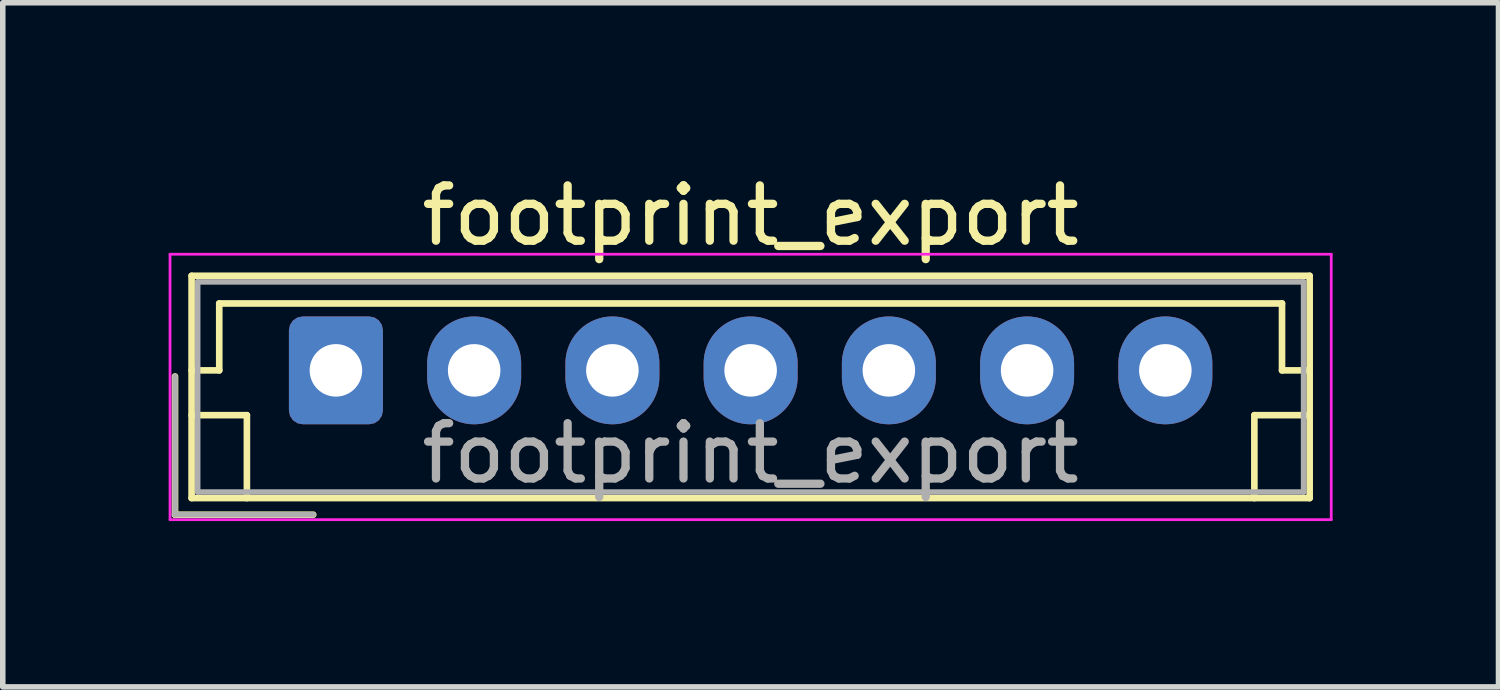
<source format=kicad_pcb>
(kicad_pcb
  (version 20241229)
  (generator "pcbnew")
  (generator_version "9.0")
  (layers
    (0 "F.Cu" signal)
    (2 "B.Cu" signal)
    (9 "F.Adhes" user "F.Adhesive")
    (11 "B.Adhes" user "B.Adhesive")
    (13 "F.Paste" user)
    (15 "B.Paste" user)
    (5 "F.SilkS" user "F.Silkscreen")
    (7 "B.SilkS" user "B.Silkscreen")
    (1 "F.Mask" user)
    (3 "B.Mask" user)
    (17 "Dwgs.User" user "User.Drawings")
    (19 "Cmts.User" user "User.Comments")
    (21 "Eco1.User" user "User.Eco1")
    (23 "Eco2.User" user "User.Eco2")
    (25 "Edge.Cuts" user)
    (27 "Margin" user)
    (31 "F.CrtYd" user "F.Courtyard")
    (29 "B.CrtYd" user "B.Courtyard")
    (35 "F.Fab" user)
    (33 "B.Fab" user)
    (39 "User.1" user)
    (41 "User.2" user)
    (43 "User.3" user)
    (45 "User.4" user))
  (footprint "footprint_export"
    (layer "F.Cu")
    (at 3.025 3.648)
    (property "Reference" "footprint_export" (at 7.5 -2.8 0) (layer "F.SilkS") (effects (font (size 1 1) (thickness 0.15))))
    (attr through_hole)
    (fp_line (start -2.91 0.11) (end -2.91 2.61) (stroke (width 0.12) (type solid)) (layer "F.SilkS"))
    (fp_line (start -2.91 2.61) (end -0.41 2.61) (stroke (width 0.12) (type solid)) (layer "F.SilkS"))
    (fp_line (start -2.61 -1.71) (end -2.61 2.31) (stroke (width 0.12) (type solid)) (layer "F.SilkS"))
    (fp_line (start -2.61 0) (end -2.11 0) (stroke (width 0.12) (type solid)) (layer "F.SilkS"))
    (fp_line (start -2.61 0.81) (end -1.61 0.81) (stroke (width 0.12) (type solid)) (layer "F.SilkS"))
    (fp_line (start -2.61 2.31) (end 17.61 2.31) (stroke (width 0.12) (type solid)) (layer "F.SilkS"))
    (fp_line (start -2.11 -1.21) (end 17.11 -1.21) (stroke (width 0.12) (type solid)) (layer "F.SilkS"))
    (fp_line (start -2.11 0) (end -2.11 -1.21) (stroke (width 0.12) (type solid)) (layer "F.SilkS"))
    (fp_line (start -1.61 0.81) (end -1.61 2.31) (stroke (width 0.12) (type solid)) (layer "F.SilkS"))
    (fp_line (start 16.61 0.81) (end 16.61 2.31) (stroke (width 0.12) (type solid)) (layer "F.SilkS"))
    (fp_line (start 17.11 -1.21) (end 17.11 0) (stroke (width 0.12) (type solid)) (layer "F.SilkS"))
    (fp_line (start 17.11 0) (end 17.61 0) (stroke (width 0.12) (type solid)) (layer "F.SilkS"))
    (fp_line (start 17.61 -1.71) (end -2.61 -1.71) (stroke (width 0.12) (type solid)) (layer "F.SilkS"))
    (fp_line (start 17.61 0.81) (end 16.61 0.81) (stroke (width 0.12) (type solid)) (layer "F.SilkS"))
    (fp_line (start 17.61 2.31) (end 17.61 -1.71) (stroke (width 0.12) (type solid)) (layer "F.SilkS"))
    (fp_line (start -3 -2.1) (end -3 2.7) (stroke (width 0.05) (type solid)) (layer "F.CrtYd"))
    (fp_line (start -3 2.7) (end 18 2.7) (stroke (width 0.05) (type solid)) (layer "F.CrtYd"))
    (fp_line (start 18 -2.1) (end -3 -2.1) (stroke (width 0.05) (type solid)) (layer "F.CrtYd"))
    (fp_line (start 18 2.7) (end 18 -2.1) (stroke (width 0.05) (type solid)) (layer "F.CrtYd"))
    (fp_line (start -2.91 0.11) (end -2.91 2.61) (stroke (width 0.1) (type solid)) (layer "F.Fab"))
    (fp_line (start -2.91 2.61) (end -0.41 2.61) (stroke (width 0.1) (type solid)) (layer "F.Fab"))
    (fp_line (start -2.5 -1.6) (end -2.5 2.2) (stroke (width 0.1) (type solid)) (layer "F.Fab"))
    (fp_line (start -2.5 2.2) (end 17.5 2.2) (stroke (width 0.1) (type solid)) (layer "F.Fab"))
    (fp_line (start 17.5 -1.6) (end -2.5 -1.6) (stroke (width 0.1) (type solid)) (layer "F.Fab"))
    (fp_line (start 17.5 2.2) (end 17.5 -1.6) (stroke (width 0.1) (type solid)) (layer "F.Fab"))
    (fp_text user "${REFERENCE}" (at 7.5 1.5 0) (layer "F.Fab") (effects (font (size 1 1) (thickness 0.15))))
    (pad "1" thru_hole roundrect (at 0 0) (size 1.7 1.95) (drill 0.95) (layers "*.Cu" "*.Mask") (roundrect_rratio 0.147))
    (pad "2" thru_hole oval (at 2.5 0) (size 1.7 1.95) (drill 0.95) (layers "*.Cu" "*.Mask"))
    (pad "3" thru_hole oval (at 5 0) (size 1.7 1.95) (drill 0.95) (layers "*.Cu" "*.Mask"))
    (pad "4" thru_hole oval (at 7.5 0) (size 1.7 1.95) (drill 0.95) (layers "*.Cu" "*.Mask"))
    (pad "5" thru_hole oval (at 10 0) (size 1.7 1.95) (drill 0.95) (layers "*.Cu" "*.Mask"))
    (pad "6" thru_hole oval (at 12.5 0) (size 1.7 1.95) (drill 0.95) (layers "*.Cu" "*.Mask"))
    (pad "7" thru_hole oval (at 15 0) (size 1.7 1.95) (drill 0.95) (layers "*.Cu" "*.Mask")))
  (gr_rect
    (start -3 -3)
    (end 24.05 9.373)
    (stroke (width 0.1) (type default))
    (fill no)
    (layer "Edge.Cuts")))
</source>
